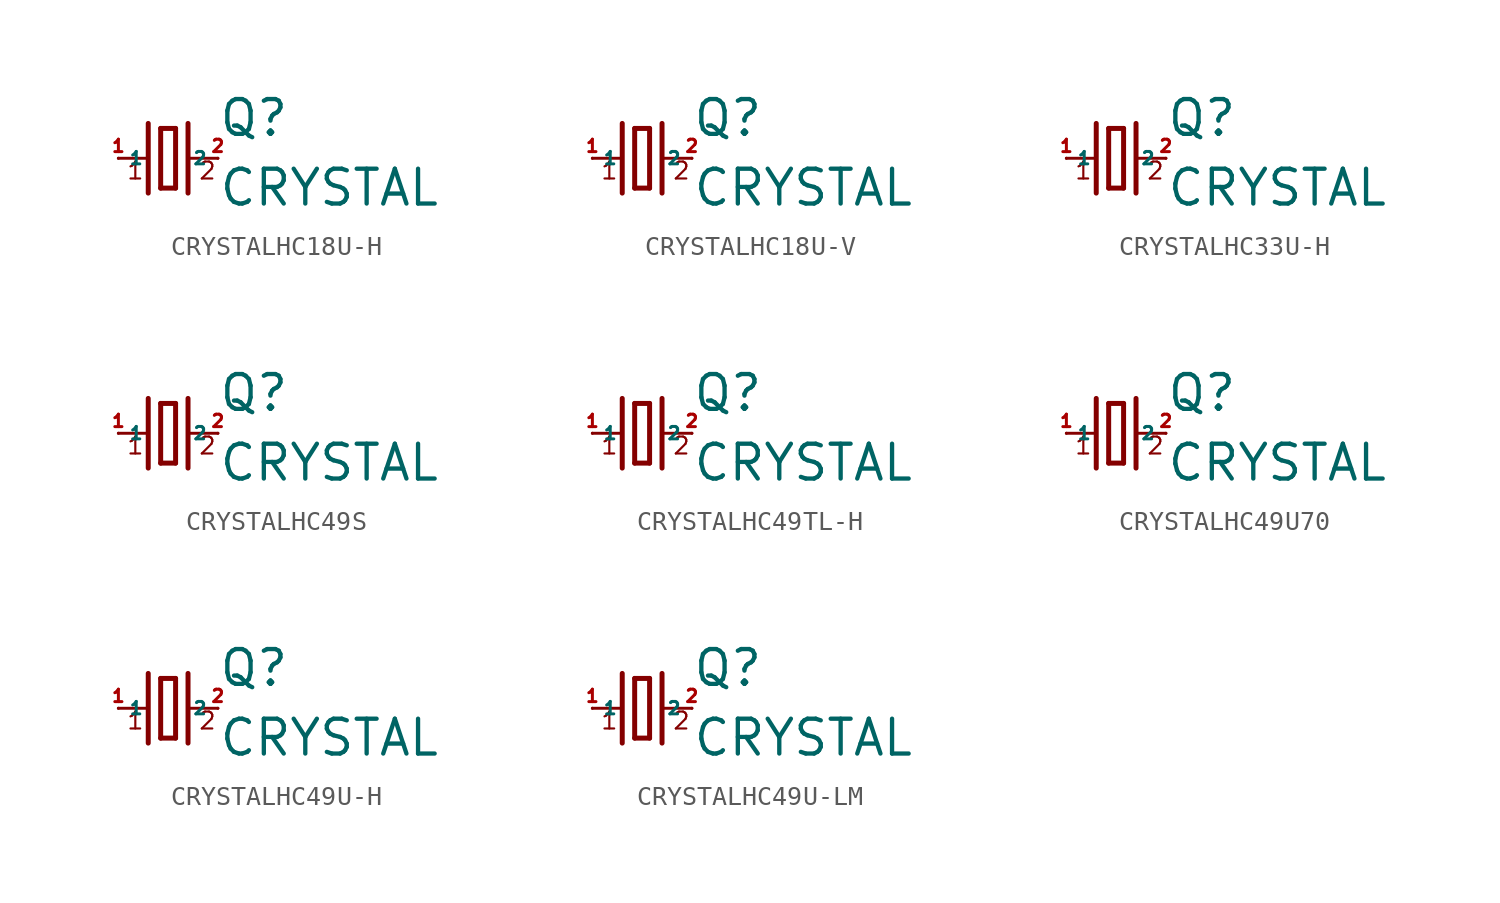
<source format=kicad_sym>
(kicad_symbol_lib
  (version 20220914)
  (generator Eagle2Kicad)
  (symbol "CRYSTALHC18U-H"
    (property "Reference" "Q"
      (at 2.54 1.016 0)
      (effects (font (size 1.778 1.778) (thickness 0.22)) (justify left bottom)))
    (property "Value" "CRYSTAL"
      (at 2.54 -2.54 0)
      (effects (font (size 1.778 1.778) (thickness 0.22)) (justify left bottom)))
    (polyline
      (pts (xy 1.016 0) (xy 2.54 0))
      (stroke (width 0.152) (type default))
      (fill (type none)))
    (polyline
      (pts (xy -2.54 0) (xy -1.016 0))
      (stroke (width 0.152) (type default))
      (fill (type none)))
    (polyline
      (pts (xy -0.381 1.524) (xy -0.381 -1.524))
      (stroke (width 0.254) (type default))
      (fill (type none)))
    (polyline
      (pts (xy -0.381 -1.524) (xy 0.381 -1.524))
      (stroke (width 0.254) (type default))
      (fill (type none)))
    (polyline
      (pts (xy 0.381 -1.524) (xy 0.381 1.524))
      (stroke (width 0.254) (type default))
      (fill (type none)))
    (polyline
      (pts (xy 0.381 1.524) (xy -0.381 1.524))
      (stroke (width 0.254) (type default))
      (fill (type none)))
    (polyline
      (pts (xy 1.016 1.778) (xy 1.016 -1.778))
      (stroke (width 0.254) (type default))
      (fill (type none)))
    (polyline
      (pts (xy -1.016 1.778) (xy -1.016 -1.778))
      (stroke (width 0.254) (type default))
      (fill (type none)))
    (text "1"
      (at -2.159 -1.143 0)
      (effects (font (size 0.864 0.864) (thickness 0.11)) (justify left bottom)))
    (text "2"
      (at 1.524 -1.143 0)
      (effects (font (size 0.864 0.864) (thickness 0.11)) (justify left bottom)))
    (pin passive line
      (at 2.54 0 180)
      (length 0)
      (name "2" (effects (font (size 0.635 0.635) (thickness 0.08)) (justify left bottom)))
      (number "2" (effects (font (size 0.635 0.635) (thickness 0.08)) (justify left bottom))))
    (pin passive line
      (at -2.54 0 0)
      (length 0)
      (name "1" (effects (font (size 0.635 0.635) (thickness 0.08)) (justify left bottom)))
      (number "1" (effects (font (size 0.635 0.635) (thickness 0.08)) (justify left bottom)))))
  (symbol "CRYSTALHC18U-V"
    (property "Reference" "Q"
      (at 2.54 1.016 0)
      (effects (font (size 1.778 1.778) (thickness 0.22)) (justify left bottom)))
    (property "Value" "CRYSTAL"
      (at 2.54 -2.54 0)
      (effects (font (size 1.778 1.778) (thickness 0.22)) (justify left bottom)))
    (polyline
      (pts (xy 1.016 0) (xy 2.54 0))
      (stroke (width 0.152) (type default))
      (fill (type none)))
    (polyline
      (pts (xy -2.54 0) (xy -1.016 0))
      (stroke (width 0.152) (type default))
      (fill (type none)))
    (polyline
      (pts (xy -0.381 1.524) (xy -0.381 -1.524))
      (stroke (width 0.254) (type default))
      (fill (type none)))
    (polyline
      (pts (xy -0.381 -1.524) (xy 0.381 -1.524))
      (stroke (width 0.254) (type default))
      (fill (type none)))
    (polyline
      (pts (xy 0.381 -1.524) (xy 0.381 1.524))
      (stroke (width 0.254) (type default))
      (fill (type none)))
    (polyline
      (pts (xy 0.381 1.524) (xy -0.381 1.524))
      (stroke (width 0.254) (type default))
      (fill (type none)))
    (polyline
      (pts (xy 1.016 1.778) (xy 1.016 -1.778))
      (stroke (width 0.254) (type default))
      (fill (type none)))
    (polyline
      (pts (xy -1.016 1.778) (xy -1.016 -1.778))
      (stroke (width 0.254) (type default))
      (fill (type none)))
    (text "1"
      (at -2.159 -1.143 0)
      (effects (font (size 0.864 0.864) (thickness 0.11)) (justify left bottom)))
    (text "2"
      (at 1.524 -1.143 0)
      (effects (font (size 0.864 0.864) (thickness 0.11)) (justify left bottom)))
    (pin passive line
      (at 2.54 0 180)
      (length 0)
      (name "2" (effects (font (size 0.635 0.635) (thickness 0.08)) (justify left bottom)))
      (number "2" (effects (font (size 0.635 0.635) (thickness 0.08)) (justify left bottom))))
    (pin passive line
      (at -2.54 0 0)
      (length 0)
      (name "1" (effects (font (size 0.635 0.635) (thickness 0.08)) (justify left bottom)))
      (number "1" (effects (font (size 0.635 0.635) (thickness 0.08)) (justify left bottom)))))
  (symbol "CRYSTALHC33U-H"
    (property "Reference" "Q"
      (at 2.54 1.016 0)
      (effects (font (size 1.778 1.778) (thickness 0.22)) (justify left bottom)))
    (property "Value" "CRYSTAL"
      (at 2.54 -2.54 0)
      (effects (font (size 1.778 1.778) (thickness 0.22)) (justify left bottom)))
    (polyline
      (pts (xy 1.016 0) (xy 2.54 0))
      (stroke (width 0.152) (type default))
      (fill (type none)))
    (polyline
      (pts (xy -2.54 0) (xy -1.016 0))
      (stroke (width 0.152) (type default))
      (fill (type none)))
    (polyline
      (pts (xy -0.381 1.524) (xy -0.381 -1.524))
      (stroke (width 0.254) (type default))
      (fill (type none)))
    (polyline
      (pts (xy -0.381 -1.524) (xy 0.381 -1.524))
      (stroke (width 0.254) (type default))
      (fill (type none)))
    (polyline
      (pts (xy 0.381 -1.524) (xy 0.381 1.524))
      (stroke (width 0.254) (type default))
      (fill (type none)))
    (polyline
      (pts (xy 0.381 1.524) (xy -0.381 1.524))
      (stroke (width 0.254) (type default))
      (fill (type none)))
    (polyline
      (pts (xy 1.016 1.778) (xy 1.016 -1.778))
      (stroke (width 0.254) (type default))
      (fill (type none)))
    (polyline
      (pts (xy -1.016 1.778) (xy -1.016 -1.778))
      (stroke (width 0.254) (type default))
      (fill (type none)))
    (text "1"
      (at -2.159 -1.143 0)
      (effects (font (size 0.864 0.864) (thickness 0.11)) (justify left bottom)))
    (text "2"
      (at 1.524 -1.143 0)
      (effects (font (size 0.864 0.864) (thickness 0.11)) (justify left bottom)))
    (pin passive line
      (at 2.54 0 180)
      (length 0)
      (name "2" (effects (font (size 0.635 0.635) (thickness 0.08)) (justify left bottom)))
      (number "2" (effects (font (size 0.635 0.635) (thickness 0.08)) (justify left bottom))))
    (pin passive line
      (at -2.54 0 0)
      (length 0)
      (name "1" (effects (font (size 0.635 0.635) (thickness 0.08)) (justify left bottom)))
      (number "1" (effects (font (size 0.635 0.635) (thickness 0.08)) (justify left bottom)))))
  (symbol "CRYSTALHC49S"
    (property "Reference" "Q"
      (at 2.54 1.016 0)
      (effects (font (size 1.778 1.778) (thickness 0.22)) (justify left bottom)))
    (property "Value" "CRYSTAL"
      (at 2.54 -2.54 0)
      (effects (font (size 1.778 1.778) (thickness 0.22)) (justify left bottom)))
    (polyline
      (pts (xy 1.016 0) (xy 2.54 0))
      (stroke (width 0.152) (type default))
      (fill (type none)))
    (polyline
      (pts (xy -2.54 0) (xy -1.016 0))
      (stroke (width 0.152) (type default))
      (fill (type none)))
    (polyline
      (pts (xy -0.381 1.524) (xy -0.381 -1.524))
      (stroke (width 0.254) (type default))
      (fill (type none)))
    (polyline
      (pts (xy -0.381 -1.524) (xy 0.381 -1.524))
      (stroke (width 0.254) (type default))
      (fill (type none)))
    (polyline
      (pts (xy 0.381 -1.524) (xy 0.381 1.524))
      (stroke (width 0.254) (type default))
      (fill (type none)))
    (polyline
      (pts (xy 0.381 1.524) (xy -0.381 1.524))
      (stroke (width 0.254) (type default))
      (fill (type none)))
    (polyline
      (pts (xy 1.016 1.778) (xy 1.016 -1.778))
      (stroke (width 0.254) (type default))
      (fill (type none)))
    (polyline
      (pts (xy -1.016 1.778) (xy -1.016 -1.778))
      (stroke (width 0.254) (type default))
      (fill (type none)))
    (text "1"
      (at -2.159 -1.143 0)
      (effects (font (size 0.864 0.864) (thickness 0.11)) (justify left bottom)))
    (text "2"
      (at 1.524 -1.143 0)
      (effects (font (size 0.864 0.864) (thickness 0.11)) (justify left bottom)))
    (pin passive line
      (at 2.54 0 180)
      (length 0)
      (name "2" (effects (font (size 0.635 0.635) (thickness 0.08)) (justify left bottom)))
      (number "2" (effects (font (size 0.635 0.635) (thickness 0.08)) (justify left bottom))))
    (pin passive line
      (at -2.54 0 0)
      (length 0)
      (name "1" (effects (font (size 0.635 0.635) (thickness 0.08)) (justify left bottom)))
      (number "1" (effects (font (size 0.635 0.635) (thickness 0.08)) (justify left bottom)))))
  (symbol "CRYSTALHC49TL-H"
    (property "Reference" "Q"
      (at 2.54 1.016 0)
      (effects (font (size 1.778 1.778) (thickness 0.22)) (justify left bottom)))
    (property "Value" "CRYSTAL"
      (at 2.54 -2.54 0)
      (effects (font (size 1.778 1.778) (thickness 0.22)) (justify left bottom)))
    (polyline
      (pts (xy 1.016 0) (xy 2.54 0))
      (stroke (width 0.152) (type default))
      (fill (type none)))
    (polyline
      (pts (xy -2.54 0) (xy -1.016 0))
      (stroke (width 0.152) (type default))
      (fill (type none)))
    (polyline
      (pts (xy -0.381 1.524) (xy -0.381 -1.524))
      (stroke (width 0.254) (type default))
      (fill (type none)))
    (polyline
      (pts (xy -0.381 -1.524) (xy 0.381 -1.524))
      (stroke (width 0.254) (type default))
      (fill (type none)))
    (polyline
      (pts (xy 0.381 -1.524) (xy 0.381 1.524))
      (stroke (width 0.254) (type default))
      (fill (type none)))
    (polyline
      (pts (xy 0.381 1.524) (xy -0.381 1.524))
      (stroke (width 0.254) (type default))
      (fill (type none)))
    (polyline
      (pts (xy 1.016 1.778) (xy 1.016 -1.778))
      (stroke (width 0.254) (type default))
      (fill (type none)))
    (polyline
      (pts (xy -1.016 1.778) (xy -1.016 -1.778))
      (stroke (width 0.254) (type default))
      (fill (type none)))
    (text "1"
      (at -2.159 -1.143 0)
      (effects (font (size 0.864 0.864) (thickness 0.11)) (justify left bottom)))
    (text "2"
      (at 1.524 -1.143 0)
      (effects (font (size 0.864 0.864) (thickness 0.11)) (justify left bottom)))
    (pin passive line
      (at 2.54 0 180)
      (length 0)
      (name "2" (effects (font (size 0.635 0.635) (thickness 0.08)) (justify left bottom)))
      (number "2" (effects (font (size 0.635 0.635) (thickness 0.08)) (justify left bottom))))
    (pin passive line
      (at -2.54 0 0)
      (length 0)
      (name "1" (effects (font (size 0.635 0.635) (thickness 0.08)) (justify left bottom)))
      (number "1" (effects (font (size 0.635 0.635) (thickness 0.08)) (justify left bottom)))))
  (symbol "CRYSTALHC49U70"
    (property "Reference" "Q"
      (at 2.54 1.016 0)
      (effects (font (size 1.778 1.778) (thickness 0.22)) (justify left bottom)))
    (property "Value" "CRYSTAL"
      (at 2.54 -2.54 0)
      (effects (font (size 1.778 1.778) (thickness 0.22)) (justify left bottom)))
    (polyline
      (pts (xy 1.016 0) (xy 2.54 0))
      (stroke (width 0.152) (type default))
      (fill (type none)))
    (polyline
      (pts (xy -2.54 0) (xy -1.016 0))
      (stroke (width 0.152) (type default))
      (fill (type none)))
    (polyline
      (pts (xy -0.381 1.524) (xy -0.381 -1.524))
      (stroke (width 0.254) (type default))
      (fill (type none)))
    (polyline
      (pts (xy -0.381 -1.524) (xy 0.381 -1.524))
      (stroke (width 0.254) (type default))
      (fill (type none)))
    (polyline
      (pts (xy 0.381 -1.524) (xy 0.381 1.524))
      (stroke (width 0.254) (type default))
      (fill (type none)))
    (polyline
      (pts (xy 0.381 1.524) (xy -0.381 1.524))
      (stroke (width 0.254) (type default))
      (fill (type none)))
    (polyline
      (pts (xy 1.016 1.778) (xy 1.016 -1.778))
      (stroke (width 0.254) (type default))
      (fill (type none)))
    (polyline
      (pts (xy -1.016 1.778) (xy -1.016 -1.778))
      (stroke (width 0.254) (type default))
      (fill (type none)))
    (text "1"
      (at -2.159 -1.143 0)
      (effects (font (size 0.864 0.864) (thickness 0.11)) (justify left bottom)))
    (text "2"
      (at 1.524 -1.143 0)
      (effects (font (size 0.864 0.864) (thickness 0.11)) (justify left bottom)))
    (pin passive line
      (at 2.54 0 180)
      (length 0)
      (name "2" (effects (font (size 0.635 0.635) (thickness 0.08)) (justify left bottom)))
      (number "2" (effects (font (size 0.635 0.635) (thickness 0.08)) (justify left bottom))))
    (pin passive line
      (at -2.54 0 0)
      (length 0)
      (name "1" (effects (font (size 0.635 0.635) (thickness 0.08)) (justify left bottom)))
      (number "1" (effects (font (size 0.635 0.635) (thickness 0.08)) (justify left bottom)))))
  (symbol "CRYSTALHC49U-H"
    (property "Reference" "Q"
      (at 2.54 1.016 0)
      (effects (font (size 1.778 1.778) (thickness 0.22)) (justify left bottom)))
    (property "Value" "CRYSTAL"
      (at 2.54 -2.54 0)
      (effects (font (size 1.778 1.778) (thickness 0.22)) (justify left bottom)))
    (polyline
      (pts (xy 1.016 0) (xy 2.54 0))
      (stroke (width 0.152) (type default))
      (fill (type none)))
    (polyline
      (pts (xy -2.54 0) (xy -1.016 0))
      (stroke (width 0.152) (type default))
      (fill (type none)))
    (polyline
      (pts (xy -0.381 1.524) (xy -0.381 -1.524))
      (stroke (width 0.254) (type default))
      (fill (type none)))
    (polyline
      (pts (xy -0.381 -1.524) (xy 0.381 -1.524))
      (stroke (width 0.254) (type default))
      (fill (type none)))
    (polyline
      (pts (xy 0.381 -1.524) (xy 0.381 1.524))
      (stroke (width 0.254) (type default))
      (fill (type none)))
    (polyline
      (pts (xy 0.381 1.524) (xy -0.381 1.524))
      (stroke (width 0.254) (type default))
      (fill (type none)))
    (polyline
      (pts (xy 1.016 1.778) (xy 1.016 -1.778))
      (stroke (width 0.254) (type default))
      (fill (type none)))
    (polyline
      (pts (xy -1.016 1.778) (xy -1.016 -1.778))
      (stroke (width 0.254) (type default))
      (fill (type none)))
    (text "1"
      (at -2.159 -1.143 0)
      (effects (font (size 0.864 0.864) (thickness 0.11)) (justify left bottom)))
    (text "2"
      (at 1.524 -1.143 0)
      (effects (font (size 0.864 0.864) (thickness 0.11)) (justify left bottom)))
    (pin passive line
      (at 2.54 0 180)
      (length 0)
      (name "2" (effects (font (size 0.635 0.635) (thickness 0.08)) (justify left bottom)))
      (number "2" (effects (font (size 0.635 0.635) (thickness 0.08)) (justify left bottom))))
    (pin passive line
      (at -2.54 0 0)
      (length 0)
      (name "1" (effects (font (size 0.635 0.635) (thickness 0.08)) (justify left bottom)))
      (number "1" (effects (font (size 0.635 0.635) (thickness 0.08)) (justify left bottom)))))
  (symbol "CRYSTALHC49U-LM"
    (property "Reference" "Q"
      (at 2.54 1.016 0)
      (effects (font (size 1.778 1.778) (thickness 0.22)) (justify left bottom)))
    (property "Value" "CRYSTAL"
      (at 2.54 -2.54 0)
      (effects (font (size 1.778 1.778) (thickness 0.22)) (justify left bottom)))
    (polyline
      (pts (xy 1.016 0) (xy 2.54 0))
      (stroke (width 0.152) (type default))
      (fill (type none)))
    (polyline
      (pts (xy -2.54 0) (xy -1.016 0))
      (stroke (width 0.152) (type default))
      (fill (type none)))
    (polyline
      (pts (xy -0.381 1.524) (xy -0.381 -1.524))
      (stroke (width 0.254) (type default))
      (fill (type none)))
    (polyline
      (pts (xy -0.381 -1.524) (xy 0.381 -1.524))
      (stroke (width 0.254) (type default))
      (fill (type none)))
    (polyline
      (pts (xy 0.381 -1.524) (xy 0.381 1.524))
      (stroke (width 0.254) (type default))
      (fill (type none)))
    (polyline
      (pts (xy 0.381 1.524) (xy -0.381 1.524))
      (stroke (width 0.254) (type default))
      (fill (type none)))
    (polyline
      (pts (xy 1.016 1.778) (xy 1.016 -1.778))
      (stroke (width 0.254) (type default))
      (fill (type none)))
    (polyline
      (pts (xy -1.016 1.778) (xy -1.016 -1.778))
      (stroke (width 0.254) (type default))
      (fill (type none)))
    (text "1"
      (at -2.159 -1.143 0)
      (effects (font (size 0.864 0.864) (thickness 0.11)) (justify left bottom)))
    (text "2"
      (at 1.524 -1.143 0)
      (effects (font (size 0.864 0.864) (thickness 0.11)) (justify left bottom)))
    (pin passive line
      (at 2.54 0 180)
      (length 0)
      (name "2" (effects (font (size 0.635 0.635) (thickness 0.08)) (justify left bottom)))
      (number "2" (effects (font (size 0.635 0.635) (thickness 0.08)) (justify left bottom))))
    (pin passive line
      (at -2.54 0 0)
      (length 0)
      (name "1" (effects (font (size 0.635 0.635) (thickness 0.08)) (justify left bottom)))
      (number "1" (effects (font (size 0.635 0.635) (thickness 0.08)) (justify left bottom))))))
</source>
